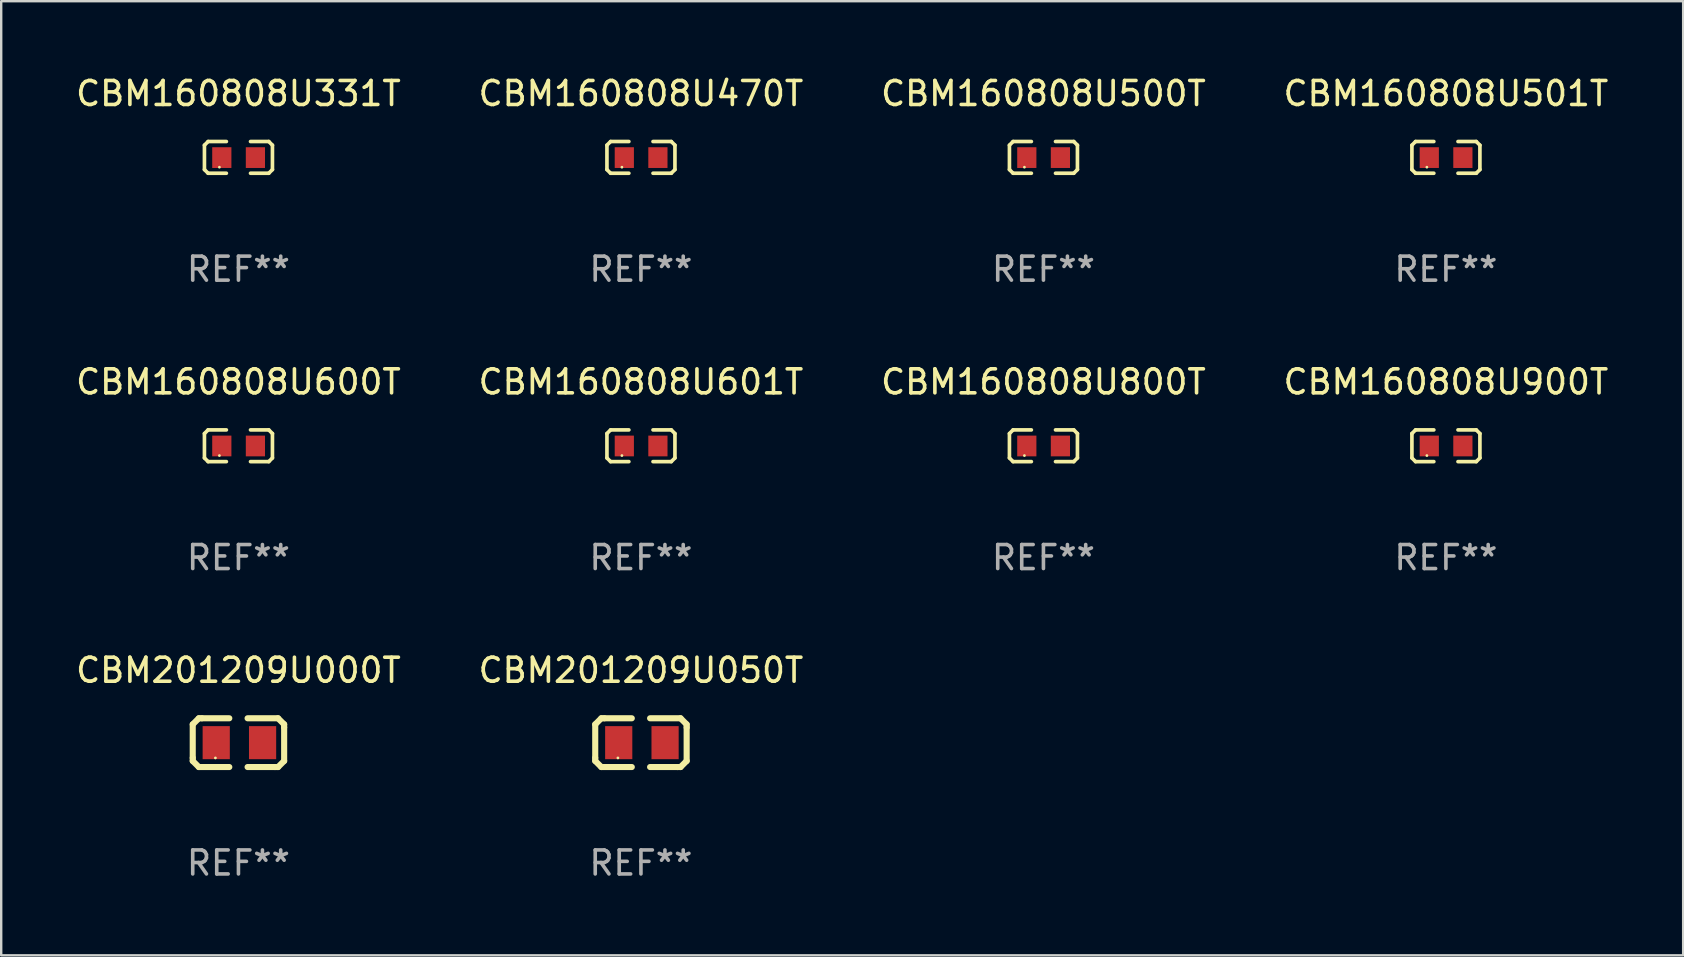
<source format=kicad_pcb>
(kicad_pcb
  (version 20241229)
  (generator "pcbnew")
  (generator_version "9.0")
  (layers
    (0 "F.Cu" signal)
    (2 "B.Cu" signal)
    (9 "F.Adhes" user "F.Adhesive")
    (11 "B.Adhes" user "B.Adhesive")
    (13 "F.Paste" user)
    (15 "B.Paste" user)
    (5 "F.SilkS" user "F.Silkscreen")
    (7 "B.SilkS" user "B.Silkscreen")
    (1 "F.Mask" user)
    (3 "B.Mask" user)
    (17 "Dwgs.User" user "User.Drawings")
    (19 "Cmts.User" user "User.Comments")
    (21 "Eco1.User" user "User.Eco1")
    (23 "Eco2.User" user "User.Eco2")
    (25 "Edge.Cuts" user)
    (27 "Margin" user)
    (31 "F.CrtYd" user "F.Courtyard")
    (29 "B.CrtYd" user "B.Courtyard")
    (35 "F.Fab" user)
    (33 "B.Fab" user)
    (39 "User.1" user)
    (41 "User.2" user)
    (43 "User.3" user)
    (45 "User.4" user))
  (footprint "CBM160808U600T"
    (layer "F.Cu")
    (at 6.887 15.527)
    (property "Reference" "CBM160808U600T" (at 0 -2.661 0) (layer "F.SilkS") (effects (font (size 1 1) (thickness 0.15))))
    (attr through_hole)
    (fp_line (start -1.417 -0.508) (end -1.265 -0.661) (stroke (width 0.152) (type solid)) (layer "F.SilkS"))
    (fp_line (start -1.417 0.508) (end -1.417 -0.508) (stroke (width 0.152) (type solid)) (layer "F.SilkS"))
    (fp_line (start -1.265 -0.661) (end -0.503 -0.661) (stroke (width 0.152) (type solid)) (layer "F.SilkS"))
    (fp_line (start -1.265 0.661) (end -1.417 0.508) (stroke (width 0.152) (type solid)) (layer "F.SilkS"))
    (fp_line (start -1.265 0.661) (end -0.503 0.661) (stroke (width 0.152) (type solid)) (layer "F.SilkS"))
    (fp_line (start 1.265 -0.661) (end 0.503 -0.661) (stroke (width 0.152) (type solid)) (layer "F.SilkS"))
    (fp_line (start 1.265 -0.661) (end 1.417 -0.508) (stroke (width 0.152) (type solid)) (layer "F.SilkS"))
    (fp_line (start 1.265 0.661) (end 0.503 0.661) (stroke (width 0.152) (type solid)) (layer "F.SilkS"))
    (fp_line (start 1.417 -0.508) (end 1.417 0.508) (stroke (width 0.152) (type solid)) (layer "F.SilkS"))
    (fp_line (start 1.417 0.508) (end 1.265 0.661) (stroke (width 0.152) (type solid)) (layer "F.SilkS"))
    (fp_circle (center -0.793 0.409) (end -0.763 0.409) (stroke (width 0.06) (type solid)) (fill no) (layer "F.SilkS"))
    (fp_text user "REF**" (at 0 4.661 0) (layer "F.Fab") (effects (font (size 1 1) (thickness 0.15))))
    (pad "1" smd rect (at -0.693 0.009 180) (size 0.8 0.864) (layers "F.Cu" "F.Mask" "F.Paste"))
    (pad "2" smd rect (at 0.707 0.009 180) (size 0.8 0.864) (layers "F.Cu" "F.Mask" "F.Paste")))
  (footprint "CBM160808U601T"
    (layer "F.Cu")
    (at 23.661 15.527)
    (property "Reference" "CBM160808U601T" (at 0 -2.661 0) (layer "F.SilkS") (effects (font (size 1 1) (thickness 0.15))))
    (attr through_hole)
    (fp_line (start -1.417 -0.508) (end -1.265 -0.661) (stroke (width 0.152) (type solid)) (layer "F.SilkS"))
    (fp_line (start -1.417 0.508) (end -1.417 -0.508) (stroke (width 0.152) (type solid)) (layer "F.SilkS"))
    (fp_line (start -1.265 -0.661) (end -0.503 -0.661) (stroke (width 0.152) (type solid)) (layer "F.SilkS"))
    (fp_line (start -1.265 0.661) (end -1.417 0.508) (stroke (width 0.152) (type solid)) (layer "F.SilkS"))
    (fp_line (start -1.265 0.661) (end -0.503 0.661) (stroke (width 0.152) (type solid)) (layer "F.SilkS"))
    (fp_line (start 1.265 -0.661) (end 0.503 -0.661) (stroke (width 0.152) (type solid)) (layer "F.SilkS"))
    (fp_line (start 1.265 -0.661) (end 1.417 -0.508) (stroke (width 0.152) (type solid)) (layer "F.SilkS"))
    (fp_line (start 1.265 0.661) (end 0.503 0.661) (stroke (width 0.152) (type solid)) (layer "F.SilkS"))
    (fp_line (start 1.417 -0.508) (end 1.417 0.508) (stroke (width 0.152) (type solid)) (layer "F.SilkS"))
    (fp_line (start 1.417 0.508) (end 1.265 0.661) (stroke (width 0.152) (type solid)) (layer "F.SilkS"))
    (fp_circle (center -0.793 0.409) (end -0.763 0.409) (stroke (width 0.06) (type solid)) (fill no) (layer "F.SilkS"))
    (fp_text user "REF**" (at 0 4.661 0) (layer "F.Fab") (effects (font (size 1 1) (thickness 0.15))))
    (pad "1" smd rect (at -0.693 0.009 180) (size 0.8 0.864) (layers "F.Cu" "F.Mask" "F.Paste"))
    (pad "2" smd rect (at 0.707 0.009 180) (size 0.8 0.864) (layers "F.Cu" "F.Mask" "F.Paste")))
  (footprint "CBM160808U331T"
    (layer "F.Cu")
    (at 6.887 3.509)
    (property "Reference" "CBM160808U331T" (at 0 -2.661 0) (layer "F.SilkS") (effects (font (size 1 1) (thickness 0.15))))
    (attr through_hole)
    (fp_line (start -1.417 -0.508) (end -1.265 -0.661) (stroke (width 0.152) (type solid)) (layer "F.SilkS"))
    (fp_line (start -1.417 0.508) (end -1.417 -0.508) (stroke (width 0.152) (type solid)) (layer "F.SilkS"))
    (fp_line (start -1.265 -0.661) (end -0.503 -0.661) (stroke (width 0.152) (type solid)) (layer "F.SilkS"))
    (fp_line (start -1.265 0.661) (end -1.417 0.508) (stroke (width 0.152) (type solid)) (layer "F.SilkS"))
    (fp_line (start -1.265 0.661) (end -0.503 0.661) (stroke (width 0.152) (type solid)) (layer "F.SilkS"))
    (fp_line (start 1.265 -0.661) (end 0.503 -0.661) (stroke (width 0.152) (type solid)) (layer "F.SilkS"))
    (fp_line (start 1.265 -0.661) (end 1.417 -0.508) (stroke (width 0.152) (type solid)) (layer "F.SilkS"))
    (fp_line (start 1.265 0.661) (end 0.503 0.661) (stroke (width 0.152) (type solid)) (layer "F.SilkS"))
    (fp_line (start 1.417 -0.508) (end 1.417 0.508) (stroke (width 0.152) (type solid)) (layer "F.SilkS"))
    (fp_line (start 1.417 0.508) (end 1.265 0.661) (stroke (width 0.152) (type solid)) (layer "F.SilkS"))
    (fp_circle (center -0.793 0.409) (end -0.763 0.409) (stroke (width 0.06) (type solid)) (fill no) (layer "F.SilkS"))
    (fp_text user "REF**" (at 0 4.661 0) (layer "F.Fab") (effects (font (size 1 1) (thickness 0.15))))
    (pad "1" smd rect (at -0.693 0.009 180) (size 0.8 0.864) (layers "F.Cu" "F.Mask" "F.Paste"))
    (pad "2" smd rect (at 0.707 0.009 180) (size 0.8 0.864) (layers "F.Cu" "F.Mask" "F.Paste")))
  (footprint "CBM160808U500T"
    (layer "F.Cu")
    (at 40.435 3.509)
    (property "Reference" "CBM160808U500T" (at 0 -2.661 0) (layer "F.SilkS") (effects (font (size 1 1) (thickness 0.15))))
    (attr through_hole)
    (fp_line (start -1.417 -0.508) (end -1.265 -0.661) (stroke (width 0.152) (type solid)) (layer "F.SilkS"))
    (fp_line (start -1.417 0.508) (end -1.417 -0.508) (stroke (width 0.152) (type solid)) (layer "F.SilkS"))
    (fp_line (start -1.265 -0.661) (end -0.503 -0.661) (stroke (width 0.152) (type solid)) (layer "F.SilkS"))
    (fp_line (start -1.265 0.661) (end -1.417 0.508) (stroke (width 0.152) (type solid)) (layer "F.SilkS"))
    (fp_line (start -1.265 0.661) (end -0.503 0.661) (stroke (width 0.152) (type solid)) (layer "F.SilkS"))
    (fp_line (start 1.265 -0.661) (end 0.503 -0.661) (stroke (width 0.152) (type solid)) (layer "F.SilkS"))
    (fp_line (start 1.265 -0.661) (end 1.417 -0.508) (stroke (width 0.152) (type solid)) (layer "F.SilkS"))
    (fp_line (start 1.265 0.661) (end 0.503 0.661) (stroke (width 0.152) (type solid)) (layer "F.SilkS"))
    (fp_line (start 1.417 -0.508) (end 1.417 0.508) (stroke (width 0.152) (type solid)) (layer "F.SilkS"))
    (fp_line (start 1.417 0.508) (end 1.265 0.661) (stroke (width 0.152) (type solid)) (layer "F.SilkS"))
    (fp_circle (center -0.793 0.409) (end -0.763 0.409) (stroke (width 0.06) (type solid)) (fill no) (layer "F.SilkS"))
    (fp_text user "REF**" (at 0 4.661 0) (layer "F.Fab") (effects (font (size 1 1) (thickness 0.15))))
    (pad "1" smd rect (at -0.693 0.009 180) (size 0.8 0.864) (layers "F.Cu" "F.Mask" "F.Paste"))
    (pad "2" smd rect (at 0.707 0.009 180) (size 0.8 0.864) (layers "F.Cu" "F.Mask" "F.Paste")))
  (footprint "CBM160808U900T"
    (layer "F.Cu")
    (at 57.208 15.527)
    (property "Reference" "CBM160808U900T" (at 0 -2.661 0) (layer "F.SilkS") (effects (font (size 1 1) (thickness 0.15))))
    (attr through_hole)
    (fp_line (start -1.417 -0.508) (end -1.265 -0.661) (stroke (width 0.152) (type solid)) (layer "F.SilkS"))
    (fp_line (start -1.417 0.508) (end -1.417 -0.508) (stroke (width 0.152) (type solid)) (layer "F.SilkS"))
    (fp_line (start -1.265 -0.661) (end -0.503 -0.661) (stroke (width 0.152) (type solid)) (layer "F.SilkS"))
    (fp_line (start -1.265 0.661) (end -1.417 0.508) (stroke (width 0.152) (type solid)) (layer "F.SilkS"))
    (fp_line (start -1.265 0.661) (end -0.503 0.661) (stroke (width 0.152) (type solid)) (layer "F.SilkS"))
    (fp_line (start 1.265 -0.661) (end 0.503 -0.661) (stroke (width 0.152) (type solid)) (layer "F.SilkS"))
    (fp_line (start 1.265 -0.661) (end 1.417 -0.508) (stroke (width 0.152) (type solid)) (layer "F.SilkS"))
    (fp_line (start 1.265 0.661) (end 0.503 0.661) (stroke (width 0.152) (type solid)) (layer "F.SilkS"))
    (fp_line (start 1.417 -0.508) (end 1.417 0.508) (stroke (width 0.152) (type solid)) (layer "F.SilkS"))
    (fp_line (start 1.417 0.508) (end 1.265 0.661) (stroke (width 0.152) (type solid)) (layer "F.SilkS"))
    (fp_circle (center -0.793 0.409) (end -0.763 0.409) (stroke (width 0.06) (type solid)) (fill no) (layer "F.SilkS"))
    (fp_text user "REF**" (at 0 4.661 0) (layer "F.Fab") (effects (font (size 1 1) (thickness 0.15))))
    (pad "1" smd rect (at -0.693 0.009 180) (size 0.8 0.864) (layers "F.Cu" "F.Mask" "F.Paste"))
    (pad "2" smd rect (at 0.707 0.009 180) (size 0.8 0.864) (layers "F.Cu" "F.Mask" "F.Paste")))
  (footprint "CBM201209U050T"
    (layer "F.Cu")
    (at 23.661 27.9)
    (property "Reference" "CBM201209U050T" (at 0 -3.016 0) (layer "F.SilkS") (effects (font (size 1 1) (thickness 0.15))))
    (attr through_hole)
    (fp_line (start -1.905 -0.762) (end -1.905 0.635) (stroke (width 0.254) (type solid)) (layer "F.SilkS"))
    (fp_line (start -1.905 0.635) (end -1.905 0.762) (stroke (width 0.254) (type solid)) (layer "F.SilkS"))
    (fp_line (start -1.905 0.762) (end -1.651 1.016) (stroke (width 0.254) (type solid)) (layer "F.SilkS"))
    (fp_line (start -1.651 -1.016) (end -1.905 -0.762) (stroke (width 0.254) (type solid)) (layer "F.SilkS"))
    (fp_line (start -1.651 1.016) (end -0.381 1.016) (stroke (width 0.254) (type solid)) (layer "F.SilkS"))
    (fp_line (start -1.524 -1.016) (end -1.651 -1.016) (stroke (width 0.254) (type solid)) (layer "F.SilkS"))
    (fp_line (start -0.381 -1.016) (end -1.524 -1.016) (stroke (width 0.254) (type solid)) (layer "F.SilkS"))
    (fp_line (start 0.381 1.016) (end 1.524 1.016) (stroke (width 0.254) (type solid)) (layer "F.SilkS"))
    (fp_line (start 1.524 1.016) (end 1.651 1.016) (stroke (width 0.254) (type solid)) (layer "F.SilkS"))
    (fp_line (start 1.651 -1.016) (end 0.381 -1.016) (stroke (width 0.254) (type solid)) (layer "F.SilkS"))
    (fp_line (start 1.651 1.016) (end 1.905 0.762) (stroke (width 0.254) (type solid)) (layer "F.SilkS"))
    (fp_line (start 1.905 -0.762) (end 1.651 -1.016) (stroke (width 0.254) (type solid)) (layer "F.SilkS"))
    (fp_line (start 1.905 -0.635) (end 1.905 -0.762) (stroke (width 0.254) (type solid)) (layer "F.SilkS"))
    (fp_line (start 1.905 0.762) (end 1.905 -0.635) (stroke (width 0.254) (type solid)) (layer "F.SilkS"))
    (fp_circle (center -0.96 0.637) (end -0.93 0.637) (stroke (width 0.06) (type solid)) (fill no) (layer "F.SilkS"))
    (fp_text user "REF**" (at 0 5.016 0) (layer "F.Fab") (effects (font (size 1 1) (thickness 0.15))))
    (pad "1" smd rect (at -0.926 -0.000051) (size 1.133 1.377) (layers "F.Cu" "F.Mask" "F.Paste"))
    (pad "2" smd rect (at 1.006 -0.000051) (size 1.133 1.377) (layers "F.Cu" "F.Mask" "F.Paste")))
  (footprint "CBM160808U470T"
    (layer "F.Cu")
    (at 23.661 3.509)
    (property "Reference" "CBM160808U470T" (at 0 -2.661 0) (layer "F.SilkS") (effects (font (size 1 1) (thickness 0.15))))
    (attr through_hole)
    (fp_line (start -1.417 -0.508) (end -1.265 -0.661) (stroke (width 0.152) (type solid)) (layer "F.SilkS"))
    (fp_line (start -1.417 0.508) (end -1.417 -0.508) (stroke (width 0.152) (type solid)) (layer "F.SilkS"))
    (fp_line (start -1.265 -0.661) (end -0.503 -0.661) (stroke (width 0.152) (type solid)) (layer "F.SilkS"))
    (fp_line (start -1.265 0.661) (end -1.417 0.508) (stroke (width 0.152) (type solid)) (layer "F.SilkS"))
    (fp_line (start -1.265 0.661) (end -0.503 0.661) (stroke (width 0.152) (type solid)) (layer "F.SilkS"))
    (fp_line (start 1.265 -0.661) (end 0.503 -0.661) (stroke (width 0.152) (type solid)) (layer "F.SilkS"))
    (fp_line (start 1.265 -0.661) (end 1.417 -0.508) (stroke (width 0.152) (type solid)) (layer "F.SilkS"))
    (fp_line (start 1.265 0.661) (end 0.503 0.661) (stroke (width 0.152) (type solid)) (layer "F.SilkS"))
    (fp_line (start 1.417 -0.508) (end 1.417 0.508) (stroke (width 0.152) (type solid)) (layer "F.SilkS"))
    (fp_line (start 1.417 0.508) (end 1.265 0.661) (stroke (width 0.152) (type solid)) (layer "F.SilkS"))
    (fp_circle (center -0.793 0.409) (end -0.763 0.409) (stroke (width 0.06) (type solid)) (fill no) (layer "F.SilkS"))
    (fp_text user "REF**" (at 0 4.661 0) (layer "F.Fab") (effects (font (size 1 1) (thickness 0.15))))
    (pad "1" smd rect (at -0.693 0.009 180) (size 0.8 0.864) (layers "F.Cu" "F.Mask" "F.Paste"))
    (pad "2" smd rect (at 0.707 0.009 180) (size 0.8 0.864) (layers "F.Cu" "F.Mask" "F.Paste")))
  (footprint "CBM160808U800T"
    (layer "F.Cu")
    (at 40.435 15.527)
    (property "Reference" "CBM160808U800T" (at 0 -2.661 0) (layer "F.SilkS") (effects (font (size 1 1) (thickness 0.15))))
    (attr through_hole)
    (fp_line (start -1.417 -0.508) (end -1.265 -0.661) (stroke (width 0.152) (type solid)) (layer "F.SilkS"))
    (fp_line (start -1.417 0.508) (end -1.417 -0.508) (stroke (width 0.152) (type solid)) (layer "F.SilkS"))
    (fp_line (start -1.265 -0.661) (end -0.503 -0.661) (stroke (width 0.152) (type solid)) (layer "F.SilkS"))
    (fp_line (start -1.265 0.661) (end -1.417 0.508) (stroke (width 0.152) (type solid)) (layer "F.SilkS"))
    (fp_line (start -1.265 0.661) (end -0.503 0.661) (stroke (width 0.152) (type solid)) (layer "F.SilkS"))
    (fp_line (start 1.265 -0.661) (end 0.503 -0.661) (stroke (width 0.152) (type solid)) (layer "F.SilkS"))
    (fp_line (start 1.265 -0.661) (end 1.417 -0.508) (stroke (width 0.152) (type solid)) (layer "F.SilkS"))
    (fp_line (start 1.265 0.661) (end 0.503 0.661) (stroke (width 0.152) (type solid)) (layer "F.SilkS"))
    (fp_line (start 1.417 -0.508) (end 1.417 0.508) (stroke (width 0.152) (type solid)) (layer "F.SilkS"))
    (fp_line (start 1.417 0.508) (end 1.265 0.661) (stroke (width 0.152) (type solid)) (layer "F.SilkS"))
    (fp_circle (center -0.793 0.409) (end -0.763 0.409) (stroke (width 0.06) (type solid)) (fill no) (layer "F.SilkS"))
    (fp_text user "REF**" (at 0 4.661 0) (layer "F.Fab") (effects (font (size 1 1) (thickness 0.15))))
    (pad "1" smd rect (at -0.693 0.009 180) (size 0.8 0.864) (layers "F.Cu" "F.Mask" "F.Paste"))
    (pad "2" smd rect (at 0.707 0.009 180) (size 0.8 0.864) (layers "F.Cu" "F.Mask" "F.Paste")))
  (footprint "CBM160808U501T"
    (layer "F.Cu")
    (at 57.208 3.509)
    (property "Reference" "CBM160808U501T" (at 0 -2.661 0) (layer "F.SilkS") (effects (font (size 1 1) (thickness 0.15))))
    (attr through_hole)
    (fp_line (start -1.417 -0.508) (end -1.265 -0.661) (stroke (width 0.152) (type solid)) (layer "F.SilkS"))
    (fp_line (start -1.417 0.508) (end -1.417 -0.508) (stroke (width 0.152) (type solid)) (layer "F.SilkS"))
    (fp_line (start -1.265 -0.661) (end -0.503 -0.661) (stroke (width 0.152) (type solid)) (layer "F.SilkS"))
    (fp_line (start -1.265 0.661) (end -1.417 0.508) (stroke (width 0.152) (type solid)) (layer "F.SilkS"))
    (fp_line (start -1.265 0.661) (end -0.503 0.661) (stroke (width 0.152) (type solid)) (layer "F.SilkS"))
    (fp_line (start 1.265 -0.661) (end 0.503 -0.661) (stroke (width 0.152) (type solid)) (layer "F.SilkS"))
    (fp_line (start 1.265 -0.661) (end 1.417 -0.508) (stroke (width 0.152) (type solid)) (layer "F.SilkS"))
    (fp_line (start 1.265 0.661) (end 0.503 0.661) (stroke (width 0.152) (type solid)) (layer "F.SilkS"))
    (fp_line (start 1.417 -0.508) (end 1.417 0.508) (stroke (width 0.152) (type solid)) (layer "F.SilkS"))
    (fp_line (start 1.417 0.508) (end 1.265 0.661) (stroke (width 0.152) (type solid)) (layer "F.SilkS"))
    (fp_circle (center -0.793 0.409) (end -0.763 0.409) (stroke (width 0.06) (type solid)) (fill no) (layer "F.SilkS"))
    (fp_text user "REF**" (at 0 4.661 0) (layer "F.Fab") (effects (font (size 1 1) (thickness 0.15))))
    (pad "1" smd rect (at -0.693 0.009 180) (size 0.8 0.864) (layers "F.Cu" "F.Mask" "F.Paste"))
    (pad "2" smd rect (at 0.707 0.009 180) (size 0.8 0.864) (layers "F.Cu" "F.Mask" "F.Paste")))
  (footprint "CBM201209U000T"
    (layer "F.Cu")
    (at 6.887 27.9)
    (property "Reference" "CBM201209U000T" (at 0 -3.016 0) (layer "F.SilkS") (effects (font (size 1 1) (thickness 0.15))))
    (attr through_hole)
    (fp_line (start -1.905 -0.762) (end -1.905 0.635) (stroke (width 0.254) (type solid)) (layer "F.SilkS"))
    (fp_line (start -1.905 0.635) (end -1.905 0.762) (stroke (width 0.254) (type solid)) (layer "F.SilkS"))
    (fp_line (start -1.905 0.762) (end -1.651 1.016) (stroke (width 0.254) (type solid)) (layer "F.SilkS"))
    (fp_line (start -1.651 -1.016) (end -1.905 -0.762) (stroke (width 0.254) (type solid)) (layer "F.SilkS"))
    (fp_line (start -1.651 1.016) (end -0.381 1.016) (stroke (width 0.254) (type solid)) (layer "F.SilkS"))
    (fp_line (start -1.524 -1.016) (end -1.651 -1.016) (stroke (width 0.254) (type solid)) (layer "F.SilkS"))
    (fp_line (start -0.381 -1.016) (end -1.524 -1.016) (stroke (width 0.254) (type solid)) (layer "F.SilkS"))
    (fp_line (start 0.381 1.016) (end 1.524 1.016) (stroke (width 0.254) (type solid)) (layer "F.SilkS"))
    (fp_line (start 1.524 1.016) (end 1.651 1.016) (stroke (width 0.254) (type solid)) (layer "F.SilkS"))
    (fp_line (start 1.651 -1.016) (end 0.381 -1.016) (stroke (width 0.254) (type solid)) (layer "F.SilkS"))
    (fp_line (start 1.651 1.016) (end 1.905 0.762) (stroke (width 0.254) (type solid)) (layer "F.SilkS"))
    (fp_line (start 1.905 -0.762) (end 1.651 -1.016) (stroke (width 0.254) (type solid)) (layer "F.SilkS"))
    (fp_line (start 1.905 -0.635) (end 1.905 -0.762) (stroke (width 0.254) (type solid)) (layer "F.SilkS"))
    (fp_line (start 1.905 0.762) (end 1.905 -0.635) (stroke (width 0.254) (type solid)) (layer "F.SilkS"))
    (fp_circle (center -0.96 0.637) (end -0.93 0.637) (stroke (width 0.06) (type solid)) (fill no) (layer "F.SilkS"))
    (fp_text user "REF**" (at 0 5.016 0) (layer "F.Fab") (effects (font (size 1 1) (thickness 0.15))))
    (pad "1" smd rect (at -0.926 -0.000051) (size 1.133 1.377) (layers "F.Cu" "F.Mask" "F.Paste"))
    (pad "2" smd rect (at 1.006 -0.000051) (size 1.133 1.377) (layers "F.Cu" "F.Mask" "F.Paste")))
  (gr_rect
    (start -3 -3)
    (end 67.095 36.764)
    (stroke (width 0.1) (type default))
    (fill no)
    (layer "Edge.Cuts")))
</source>
